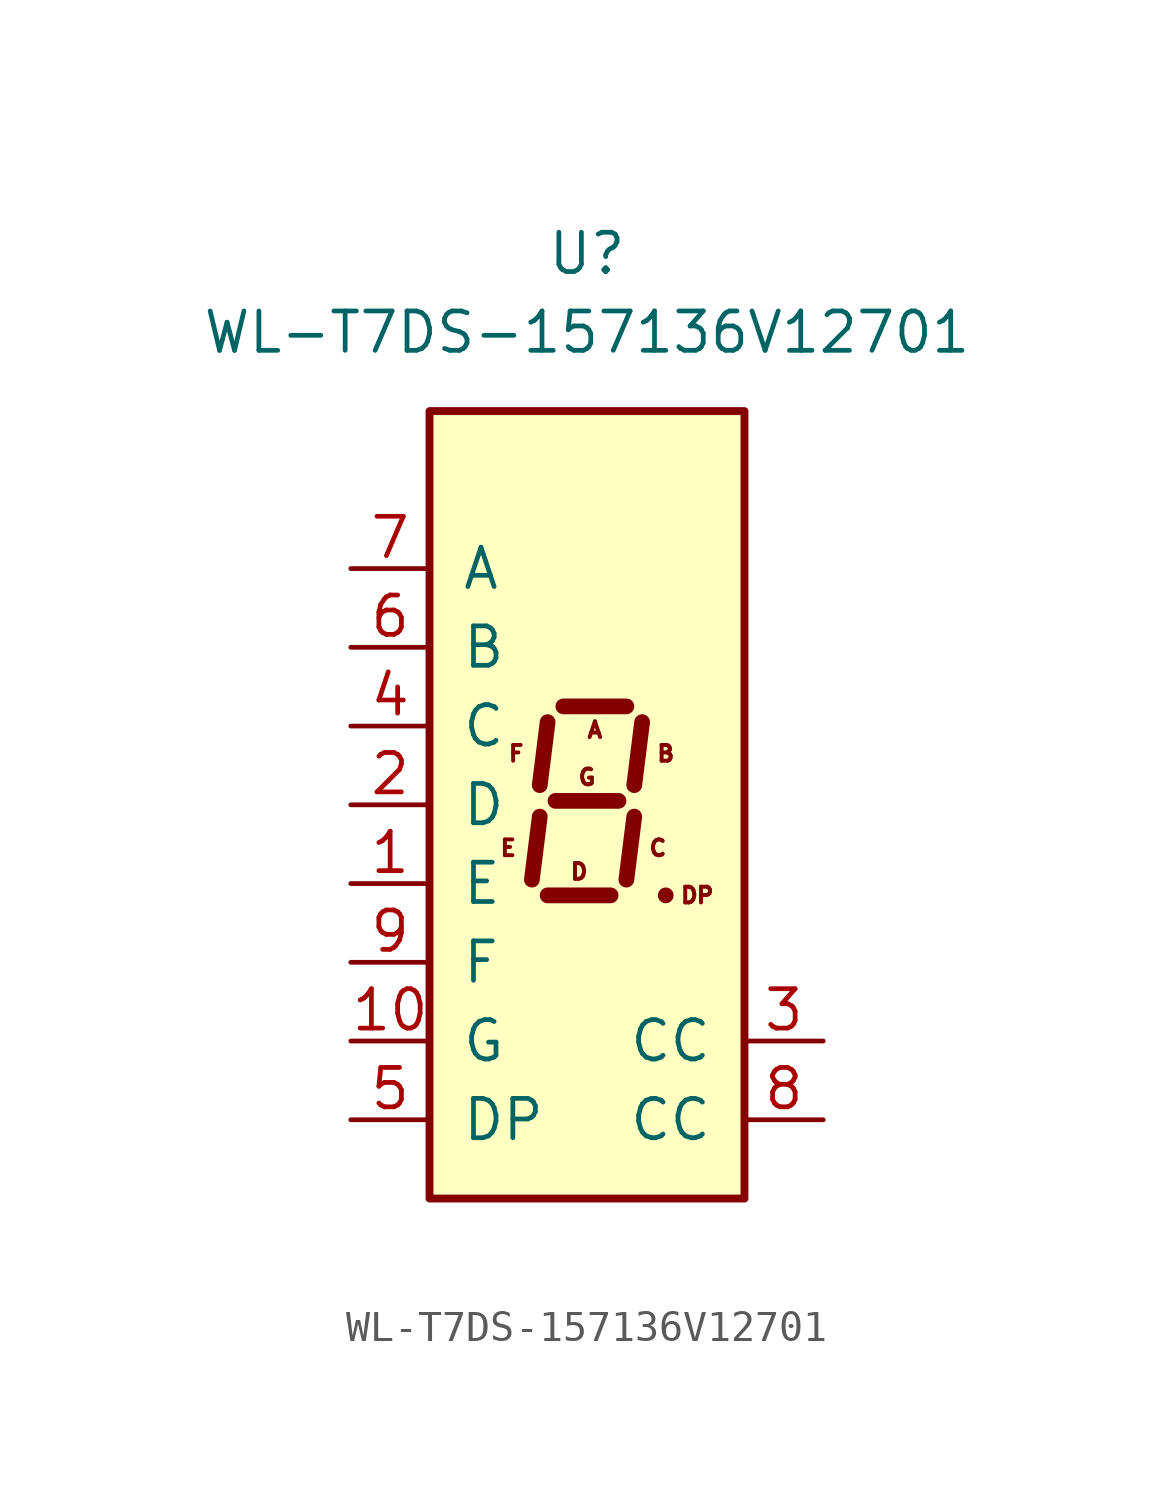
<source format=kicad_sym>
(kicad_symbol_lib
  (version 20211014)
  (generator kicad_symbol_editor)
  (symbol "WL-T7DS-157136V12701"
    (pin_names
      (offset 1.016))
    (property "Reference" "U"
      (at 0 17.78 0)
      (effects (font (size 1.27 1.27))))
    (property "Value" "WL-T7DS-157136V12701"
      (at 0 15.24 0)
      (effects (font (size 1.27 1.27))))
    (symbol "WL-T7DS-157136V12701_1_1"
      (rectangle (start -5.08 12.7) (end 5.08 -12.7) (stroke (width 0.254) (type default) (color 0 0 0 0)) (fill (type background)))
      (polyline (pts (xy -1.524 -0.381) (xy -1.778 -2.413)) (stroke (width 0.508) (type default) (color 0 0 0 0)) (fill (type none)))
      (polyline (pts (xy -1.27 -2.921) (xy 0.762 -2.921)) (stroke (width 0.508) (type default) (color 0 0 0 0)) (fill (type none)))
      (polyline (pts (xy -1.27 2.667) (xy -1.524 0.635)) (stroke (width 0.508) (type default) (color 0 0 0 0)) (fill (type none)))
      (polyline (pts (xy -1.016 0.127) (xy 1.016 0.127)) (stroke (width 0.508) (type default) (color 0 0 0 0)) (fill (type none)))
      (polyline (pts (xy -0.762 3.175) (xy 1.27 3.175)) (stroke (width 0.508) (type default) (color 0 0 0 0)) (fill (type none)))
      (polyline (pts (xy 1.524 -0.381) (xy 1.27 -2.413)) (stroke (width 0.508) (type default) (color 0 0 0 0)) (fill (type none)))
      (polyline (pts (xy 1.778 2.667) (xy 1.524 0.635)) (stroke (width 0.508) (type default) (color 0 0 0 0)) (fill (type none)))
      (polyline (pts (xy 2.54 -2.921) (xy 2.54 -2.921)) (stroke (width 0.508) (type default) (color 0 0 0 0)) (fill (type none)))
      (text "A" (at 0.254 2.413 0) (effects (font (size 0.508 0.508))))
      (text "B" (at 2.54 1.651 0) (effects (font (size 0.508 0.508))))
      (text "C" (at 2.286 -1.397 0) (effects (font (size 0.508 0.508))))
      (text "D" (at -0.254 -2.159 0) (effects (font (size 0.508 0.508))))
      (text "DP" (at 3.556 -2.921 0) (effects (font (size 0.508 0.508))))
      (text "E" (at -2.54 -1.397 0) (effects (font (size 0.508 0.508))))
      (text "F" (at -2.286 1.651 0) (effects (font (size 0.508 0.508))))
      (text "G" (at 0 0.889 0) (effects (font (size 0.508 0.508))))
      (pin input line (at -7.62 -2.54 0) (length 2.54) (name "E" (effects (font (size 1.27 1.27)))) (number "1" (effects (font (size 1.27 1.27)))))
      (pin input line (at -7.62 -7.62 0) (length 2.54) (name "G" (effects (font (size 1.27 1.27)))) (number "10" (effects (font (size 1.27 1.27)))))
      (pin input line (at -7.62 0 0) (length 2.54) (name "D" (effects (font (size 1.27 1.27)))) (number "2" (effects (font (size 1.27 1.27)))))
      (pin input line (at 7.62 -7.62 180) (length 2.54) (name "CC" (effects (font (size 1.27 1.27)))) (number "3" (effects (font (size 1.27 1.27)))))
      (pin input line (at -7.62 2.54 0) (length 2.54) (name "C" (effects (font (size 1.27 1.27)))) (number "4" (effects (font (size 1.27 1.27)))))
      (pin input line (at -7.62 -10.16 0) (length 2.54) (name "DP" (effects (font (size 1.27 1.27)))) (number "5" (effects (font (size 1.27 1.27)))))
      (pin input line (at -7.62 5.08 0) (length 2.54) (name "B" (effects (font (size 1.27 1.27)))) (number "6" (effects (font (size 1.27 1.27)))))
      (pin input line (at -7.62 7.62 0) (length 2.54) (name "A" (effects (font (size 1.27 1.27)))) (number "7" (effects (font (size 1.27 1.27)))))
      (pin input line (at 7.62 -10.16 180) (length 2.54) (name "CC" (effects (font (size 1.27 1.27)))) (number "8" (effects (font (size 1.27 1.27)))))
      (pin input line (at -7.62 -5.08 0) (length 2.54) (name "F" (effects (font (size 1.27 1.27)))) (number "9" (effects (font (size 1.27 1.27))))))))
</source>
